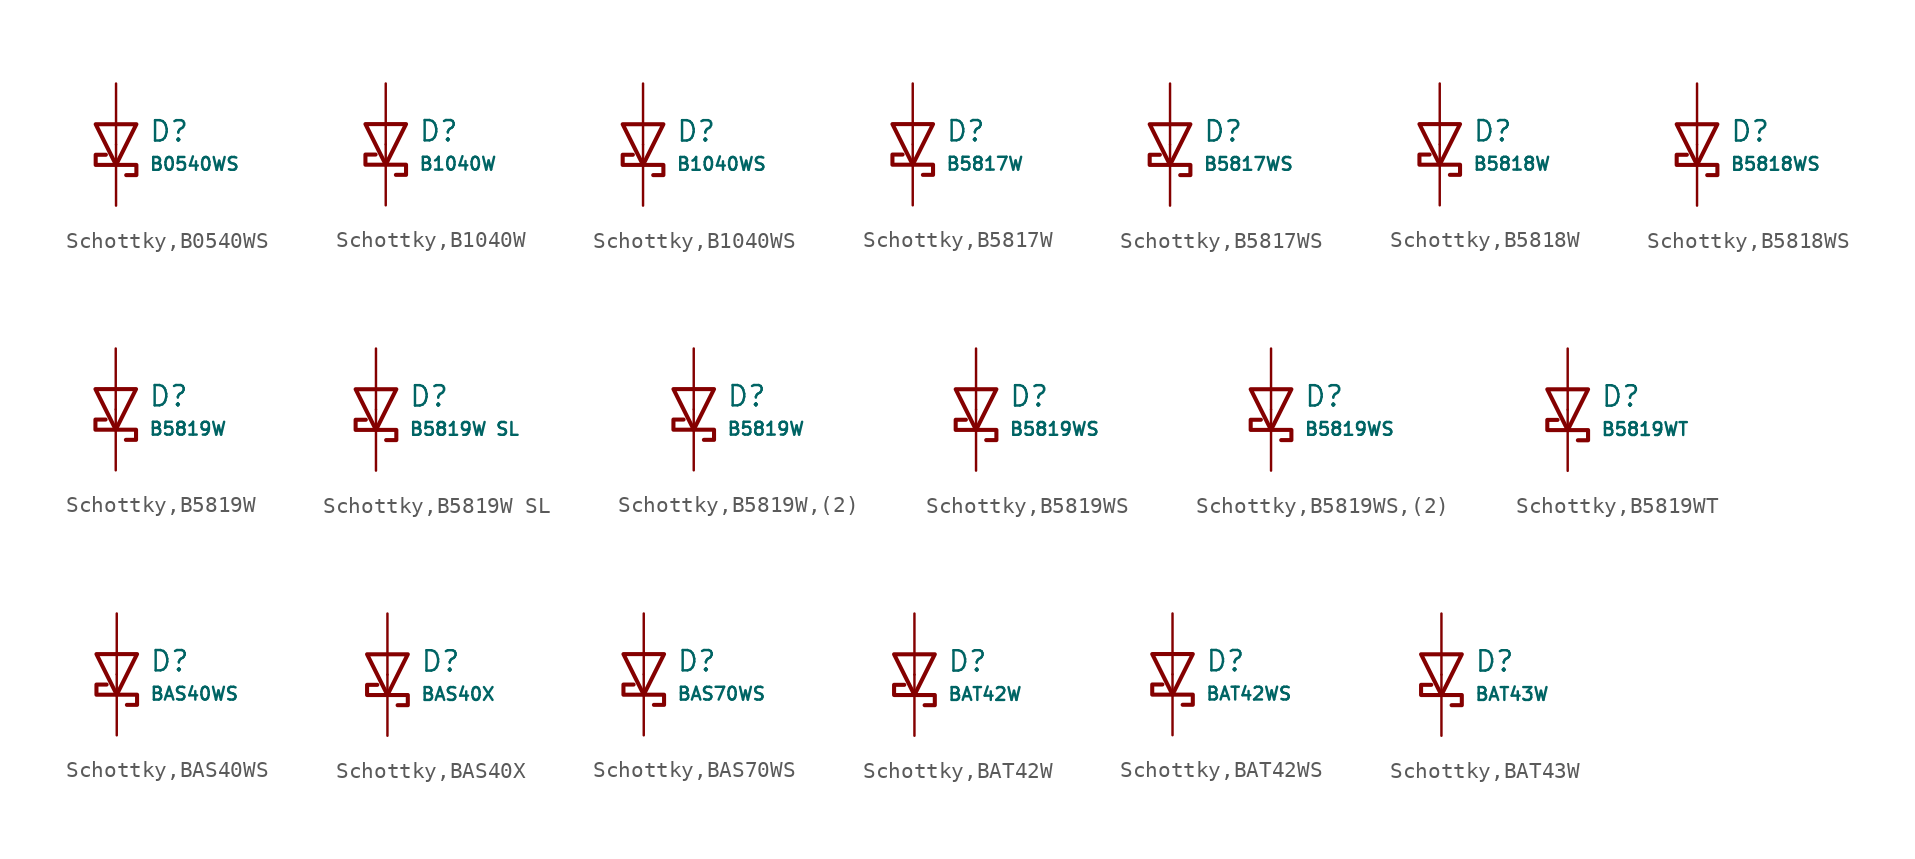
<source format=kicad_sym>
(kicad_symbol_lib
  (version 20231120)
  (generator "CDFER")
  (generator_version "8.0")
  (symbol "Schottky,B0540WS"
    (pin_numbers hide)
    (pin_names
      (offset 0))
    (property "Reference" "D"
      (at 2.032 0.834 0)
      (effects (font (size 1.27 1.27)) (justify left)))
    (property "Value" "B0540WS"
      (at 2.032 -1.212 0)
      (effects (font (size 0.8 0.8)) (justify left)))
    (symbol "Schottky,B0540WS_0_1"
      (polyline (pts (xy -1.27 1.27) (xy 0.00 -1.27) (xy 1.27 1.27) (xy -1.27 1.27)) (stroke (width 0.254) (type default)) (fill (type none))))
    (symbol "Schottky,B0540WS_0_1"
      (polyline (pts (xy 0.635 -1.905) (xy 1.27 -1.905) (xy 1.27 -1.27) (xy -1.27 -1.27) (xy -1.27 -0.635) (xy -0.635 -0.635)) (stroke (width 0.254) (type default)) (fill (type none))))
    (symbol "Schottky,B0540WS_1_1"
      (pin passive line (at 0 3.81 270) (length 3.81) (name "~" (effects (font (size 1.27 1.27)))) (number "2" (effects (font (size 1.27 1.27)))))
      (pin passive line (at 0 -3.81 90) (length 3.81) (name "~" (effects (font (size 1.27 1.27)))) (number "1" (effects (font (size 1.27 1.27)))))))
  (symbol "Schottky,B1040W"
    (pin_numbers hide)
    (pin_names
      (offset 0))
    (property "Reference" "D"
      (at 2.032 0.834 0)
      (effects (font (size 1.27 1.27)) (justify left)))
    (property "Value" "B1040W"
      (at 2.032 -1.212 0)
      (effects (font (size 0.8 0.8)) (justify left)))
    (symbol "Schottky,B1040W_0_1"
      (polyline (pts (xy -1.27 1.27) (xy 0.00 -1.27) (xy 1.27 1.27) (xy -1.27 1.27)) (stroke (width 0.254) (type default)) (fill (type none))))
    (symbol "Schottky,B1040W_0_1"
      (polyline (pts (xy 0.635 -1.905) (xy 1.27 -1.905) (xy 1.27 -1.27) (xy -1.27 -1.27) (xy -1.27 -0.635) (xy -0.635 -0.635)) (stroke (width 0.254) (type default)) (fill (type none))))
    (symbol "Schottky,B1040W_1_1"
      (pin passive line (at 0 3.81 270) (length 3.81) (name "~" (effects (font (size 1.27 1.27)))) (number "2" (effects (font (size 1.27 1.27)))))
      (pin passive line (at 0 -3.81 90) (length 3.81) (name "~" (effects (font (size 1.27 1.27)))) (number "1" (effects (font (size 1.27 1.27)))))))
  (symbol "Schottky,B1040WS"
    (pin_numbers hide)
    (pin_names
      (offset 0))
    (property "Reference" "D"
      (at 2.032 0.834 0)
      (effects (font (size 1.27 1.27)) (justify left)))
    (property "Value" "B1040WS"
      (at 2.032 -1.212 0)
      (effects (font (size 0.8 0.8)) (justify left)))
    (symbol "Schottky,B1040WS_0_1"
      (polyline (pts (xy -1.27 1.27) (xy 0.00 -1.27) (xy 1.27 1.27) (xy -1.27 1.27)) (stroke (width 0.254) (type default)) (fill (type none))))
    (symbol "Schottky,B1040WS_0_1"
      (polyline (pts (xy 0.635 -1.905) (xy 1.27 -1.905) (xy 1.27 -1.27) (xy -1.27 -1.27) (xy -1.27 -0.635) (xy -0.635 -0.635)) (stroke (width 0.254) (type default)) (fill (type none))))
    (symbol "Schottky,B1040WS_1_1"
      (pin passive line (at 0 3.81 270) (length 3.81) (name "~" (effects (font (size 1.27 1.27)))) (number "2" (effects (font (size 1.27 1.27)))))
      (pin passive line (at 0 -3.81 90) (length 3.81) (name "~" (effects (font (size 1.27 1.27)))) (number "1" (effects (font (size 1.27 1.27)))))))
  (symbol "Schottky,B5817W"
    (pin_numbers hide)
    (pin_names
      (offset 0))
    (property "Reference" "D"
      (at 2.032 0.834 0)
      (effects (font (size 1.27 1.27)) (justify left)))
    (property "Value" "B5817W"
      (at 2.032 -1.212 0)
      (effects (font (size 0.8 0.8)) (justify left)))
    (symbol "Schottky,B5817W_0_1"
      (polyline (pts (xy -1.27 1.27) (xy 0.00 -1.27) (xy 1.27 1.27) (xy -1.27 1.27)) (stroke (width 0.254) (type default)) (fill (type none))))
    (symbol "Schottky,B5817W_0_1"
      (polyline (pts (xy 0.635 -1.905) (xy 1.27 -1.905) (xy 1.27 -1.27) (xy -1.27 -1.27) (xy -1.27 -0.635) (xy -0.635 -0.635)) (stroke (width 0.254) (type default)) (fill (type none))))
    (symbol "Schottky,B5817W_1_1"
      (pin passive line (at 0 3.81 270) (length 3.81) (name "~" (effects (font (size 1.27 1.27)))) (number "2" (effects (font (size 1.27 1.27)))))
      (pin passive line (at 0 -3.81 90) (length 3.81) (name "~" (effects (font (size 1.27 1.27)))) (number "1" (effects (font (size 1.27 1.27)))))))
  (symbol "Schottky,B5817WS"
    (pin_numbers hide)
    (pin_names
      (offset 0))
    (property "Reference" "D"
      (at 2.032 0.834 0)
      (effects (font (size 1.27 1.27)) (justify left)))
    (property "Value" "B5817WS"
      (at 2.032 -1.212 0)
      (effects (font (size 0.8 0.8)) (justify left)))
    (symbol "Schottky,B5817WS_0_1"
      (polyline (pts (xy -1.27 1.27) (xy 0.00 -1.27) (xy 1.27 1.27) (xy -1.27 1.27)) (stroke (width 0.254) (type default)) (fill (type none))))
    (symbol "Schottky,B5817WS_0_1"
      (polyline (pts (xy 0.635 -1.905) (xy 1.27 -1.905) (xy 1.27 -1.27) (xy -1.27 -1.27) (xy -1.27 -0.635) (xy -0.635 -0.635)) (stroke (width 0.254) (type default)) (fill (type none))))
    (symbol "Schottky,B5817WS_1_1"
      (pin passive line (at 0 3.81 270) (length 3.81) (name "~" (effects (font (size 1.27 1.27)))) (number "2" (effects (font (size 1.27 1.27)))))
      (pin passive line (at 0 -3.81 90) (length 3.81) (name "~" (effects (font (size 1.27 1.27)))) (number "1" (effects (font (size 1.27 1.27)))))))
  (symbol "Schottky,B5818W"
    (pin_numbers hide)
    (pin_names
      (offset 0))
    (property "Reference" "D"
      (at 2.032 0.834 0)
      (effects (font (size 1.27 1.27)) (justify left)))
    (property "Value" "B5818W"
      (at 2.032 -1.212 0)
      (effects (font (size 0.8 0.8)) (justify left)))
    (symbol "Schottky,B5818W_0_1"
      (polyline (pts (xy -1.27 1.27) (xy 0.00 -1.27) (xy 1.27 1.27) (xy -1.27 1.27)) (stroke (width 0.254) (type default)) (fill (type none))))
    (symbol "Schottky,B5818W_0_1"
      (polyline (pts (xy 0.635 -1.905) (xy 1.27 -1.905) (xy 1.27 -1.27) (xy -1.27 -1.27) (xy -1.27 -0.635) (xy -0.635 -0.635)) (stroke (width 0.254) (type default)) (fill (type none))))
    (symbol "Schottky,B5818W_1_1"
      (pin passive line (at 0 3.81 270) (length 3.81) (name "~" (effects (font (size 1.27 1.27)))) (number "2" (effects (font (size 1.27 1.27)))))
      (pin passive line (at 0 -3.81 90) (length 3.81) (name "~" (effects (font (size 1.27 1.27)))) (number "1" (effects (font (size 1.27 1.27)))))))
  (symbol "Schottky,B5818WS"
    (pin_numbers hide)
    (pin_names
      (offset 0))
    (property "Reference" "D"
      (at 2.032 0.834 0)
      (effects (font (size 1.27 1.27)) (justify left)))
    (property "Value" "B5818WS"
      (at 2.032 -1.212 0)
      (effects (font (size 0.8 0.8)) (justify left)))
    (symbol "Schottky,B5818WS_0_1"
      (polyline (pts (xy -1.27 1.27) (xy 0.00 -1.27) (xy 1.27 1.27) (xy -1.27 1.27)) (stroke (width 0.254) (type default)) (fill (type none))))
    (symbol "Schottky,B5818WS_0_1"
      (polyline (pts (xy 0.635 -1.905) (xy 1.27 -1.905) (xy 1.27 -1.27) (xy -1.27 -1.27) (xy -1.27 -0.635) (xy -0.635 -0.635)) (stroke (width 0.254) (type default)) (fill (type none))))
    (symbol "Schottky,B5818WS_1_1"
      (pin passive line (at 0 3.81 270) (length 3.81) (name "~" (effects (font (size 1.27 1.27)))) (number "2" (effects (font (size 1.27 1.27)))))
      (pin passive line (at 0 -3.81 90) (length 3.81) (name "~" (effects (font (size 1.27 1.27)))) (number "1" (effects (font (size 1.27 1.27)))))))
  (symbol "Schottky,B5819W"
    (pin_numbers hide)
    (pin_names
      (offset 0))
    (property "Reference" "D"
      (at 2.032 0.834 0)
      (effects (font (size 1.27 1.27)) (justify left)))
    (property "Value" "B5819W"
      (at 2.032 -1.212 0)
      (effects (font (size 0.8 0.8)) (justify left)))
    (symbol "Schottky,B5819W_0_1"
      (polyline (pts (xy -1.27 1.27) (xy 0.00 -1.27) (xy 1.27 1.27) (xy -1.27 1.27)) (stroke (width 0.254) (type default)) (fill (type none))))
    (symbol "Schottky,B5819W_0_1"
      (polyline (pts (xy 0.635 -1.905) (xy 1.27 -1.905) (xy 1.27 -1.27) (xy -1.27 -1.27) (xy -1.27 -0.635) (xy -0.635 -0.635)) (stroke (width 0.254) (type default)) (fill (type none))))
    (symbol "Schottky,B5819W_1_1"
      (pin passive line (at 0 3.81 270) (length 3.81) (name "~" (effects (font (size 1.27 1.27)))) (number "2" (effects (font (size 1.27 1.27)))))
      (pin passive line (at 0 -3.81 90) (length 3.81) (name "~" (effects (font (size 1.27 1.27)))) (number "1" (effects (font (size 1.27 1.27)))))))
  (symbol "Schottky,B5819W SL"
    (pin_numbers hide)
    (pin_names
      (offset 0))
    (property "Reference" "D"
      (at 2.032 0.834 0)
      (effects (font (size 1.27 1.27)) (justify left)))
    (property "Value" "B5819W SL"
      (at 2.032 -1.212 0)
      (effects (font (size 0.8 0.8)) (justify left)))
    (symbol "Schottky,B5819W SL_0_1"
      (polyline (pts (xy -1.27 1.27) (xy 0.00 -1.27) (xy 1.27 1.27) (xy -1.27 1.27)) (stroke (width 0.254) (type default)) (fill (type none))))
    (symbol "Schottky,B5819W SL_0_1"
      (polyline (pts (xy 0.635 -1.905) (xy 1.27 -1.905) (xy 1.27 -1.27) (xy -1.27 -1.27) (xy -1.27 -0.635) (xy -0.635 -0.635)) (stroke (width 0.254) (type default)) (fill (type none))))
    (symbol "Schottky,B5819W SL_1_1"
      (pin passive line (at 0 3.81 270) (length 3.81) (name "~" (effects (font (size 1.27 1.27)))) (number "2" (effects (font (size 1.27 1.27)))))
      (pin passive line (at 0 -3.81 90) (length 3.81) (name "~" (effects (font (size 1.27 1.27)))) (number "1" (effects (font (size 1.27 1.27)))))))
  (symbol "Schottky,B5819W,(2)"
    (pin_numbers hide)
    (pin_names
      (offset 0))
    (property "Reference" "D"
      (at 2.032 0.834 0)
      (effects (font (size 1.27 1.27)) (justify left)))
    (property "Value" "B5819W"
      (at 2.032 -1.212 0)
      (effects (font (size 0.8 0.8)) (justify left)))
    (symbol "Schottky,B5819W,(2)_0_1"
      (polyline (pts (xy -1.27 1.27) (xy 0.00 -1.27) (xy 1.27 1.27) (xy -1.27 1.27)) (stroke (width 0.254) (type default)) (fill (type none))))
    (symbol "Schottky,B5819W,(2)_0_1"
      (polyline (pts (xy 0.635 -1.905) (xy 1.27 -1.905) (xy 1.27 -1.27) (xy -1.27 -1.27) (xy -1.27 -0.635) (xy -0.635 -0.635)) (stroke (width 0.254) (type default)) (fill (type none))))
    (symbol "Schottky,B5819W,(2)_1_1"
      (pin passive line (at 0 3.81 270) (length 3.81) (name "~" (effects (font (size 1.27 1.27)))) (number "2" (effects (font (size 1.27 1.27)))))
      (pin passive line (at 0 -3.81 90) (length 3.81) (name "~" (effects (font (size 1.27 1.27)))) (number "1" (effects (font (size 1.27 1.27)))))))
  (symbol "Schottky,B5819WS"
    (pin_numbers hide)
    (pin_names
      (offset 0))
    (property "Reference" "D"
      (at 2.032 0.834 0)
      (effects (font (size 1.27 1.27)) (justify left)))
    (property "Value" "B5819WS"
      (at 2.032 -1.212 0)
      (effects (font (size 0.8 0.8)) (justify left)))
    (symbol "Schottky,B5819WS_0_1"
      (polyline (pts (xy -1.27 1.27) (xy 0.00 -1.27) (xy 1.27 1.27) (xy -1.27 1.27)) (stroke (width 0.254) (type default)) (fill (type none))))
    (symbol "Schottky,B5819WS_0_1"
      (polyline (pts (xy 0.635 -1.905) (xy 1.27 -1.905) (xy 1.27 -1.27) (xy -1.27 -1.27) (xy -1.27 -0.635) (xy -0.635 -0.635)) (stroke (width 0.254) (type default)) (fill (type none))))
    (symbol "Schottky,B5819WS_1_1"
      (pin passive line (at 0 3.81 270) (length 3.81) (name "~" (effects (font (size 1.27 1.27)))) (number "2" (effects (font (size 1.27 1.27)))))
      (pin passive line (at 0 -3.81 90) (length 3.81) (name "~" (effects (font (size 1.27 1.27)))) (number "1" (effects (font (size 1.27 1.27)))))))
  (symbol "Schottky,B5819WS,(2)"
    (pin_numbers hide)
    (pin_names
      (offset 0))
    (property "Reference" "D"
      (at 2.032 0.834 0)
      (effects (font (size 1.27 1.27)) (justify left)))
    (property "Value" "B5819WS"
      (at 2.032 -1.212 0)
      (effects (font (size 0.8 0.8)) (justify left)))
    (symbol "Schottky,B5819WS,(2)_0_1"
      (polyline (pts (xy -1.27 1.27) (xy 0.00 -1.27) (xy 1.27 1.27) (xy -1.27 1.27)) (stroke (width 0.254) (type default)) (fill (type none))))
    (symbol "Schottky,B5819WS,(2)_0_1"
      (polyline (pts (xy 0.635 -1.905) (xy 1.27 -1.905) (xy 1.27 -1.27) (xy -1.27 -1.27) (xy -1.27 -0.635) (xy -0.635 -0.635)) (stroke (width 0.254) (type default)) (fill (type none))))
    (symbol "Schottky,B5819WS,(2)_1_1"
      (pin passive line (at 0 3.81 270) (length 3.81) (name "~" (effects (font (size 1.27 1.27)))) (number "2" (effects (font (size 1.27 1.27)))))
      (pin passive line (at 0 -3.81 90) (length 3.81) (name "~" (effects (font (size 1.27 1.27)))) (number "1" (effects (font (size 1.27 1.27)))))))
  (symbol "Schottky,B5819WT"
    (pin_numbers hide)
    (pin_names
      (offset 0))
    (property "Reference" "D"
      (at 2.032 0.834 0)
      (effects (font (size 1.27 1.27)) (justify left)))
    (property "Value" "B5819WT"
      (at 2.032 -1.212 0)
      (effects (font (size 0.8 0.8)) (justify left)))
    (symbol "Schottky,B5819WT_0_1"
      (polyline (pts (xy -1.27 1.27) (xy 0.00 -1.27) (xy 1.27 1.27) (xy -1.27 1.27)) (stroke (width 0.254) (type default)) (fill (type none))))
    (symbol "Schottky,B5819WT_0_1"
      (polyline (pts (xy 0.635 -1.905) (xy 1.27 -1.905) (xy 1.27 -1.27) (xy -1.27 -1.27) (xy -1.27 -0.635) (xy -0.635 -0.635)) (stroke (width 0.254) (type default)) (fill (type none))))
    (symbol "Schottky,B5819WT_1_1"
      (pin passive line (at 0 3.81 270) (length 3.81) (name "~" (effects (font (size 1.27 1.27)))) (number "2" (effects (font (size 1.27 1.27)))))
      (pin passive line (at 0 -3.81 90) (length 3.81) (name "~" (effects (font (size 1.27 1.27)))) (number "1" (effects (font (size 1.27 1.27)))))))
  (symbol "Schottky,BAS40WS"
    (pin_numbers hide)
    (pin_names
      (offset 0))
    (property "Reference" "D"
      (at 2.032 0.834 0)
      (effects (font (size 1.27 1.27)) (justify left)))
    (property "Value" "BAS40WS"
      (at 2.032 -1.212 0)
      (effects (font (size 0.8 0.8)) (justify left)))
    (symbol "Schottky,BAS40WS_0_1"
      (polyline (pts (xy -1.27 1.27) (xy 0.00 -1.27) (xy 1.27 1.27) (xy -1.27 1.27)) (stroke (width 0.254) (type default)) (fill (type none))))
    (symbol "Schottky,BAS40WS_0_1"
      (polyline (pts (xy 0.635 -1.905) (xy 1.27 -1.905) (xy 1.27 -1.27) (xy -1.27 -1.27) (xy -1.27 -0.635) (xy -0.635 -0.635)) (stroke (width 0.254) (type default)) (fill (type none))))
    (symbol "Schottky,BAS40WS_1_1"
      (pin passive line (at 0 3.81 270) (length 3.81) (name "~" (effects (font (size 1.27 1.27)))) (number "2" (effects (font (size 1.27 1.27)))))
      (pin passive line (at 0 -3.81 90) (length 3.81) (name "~" (effects (font (size 1.27 1.27)))) (number "1" (effects (font (size 1.27 1.27)))))))
  (symbol "Schottky,BAS40X"
    (pin_numbers hide)
    (pin_names
      (offset 0))
    (property "Reference" "D"
      (at 2.032 0.834 0)
      (effects (font (size 1.27 1.27)) (justify left)))
    (property "Value" "BAS40X"
      (at 2.032 -1.212 0)
      (effects (font (size 0.8 0.8)) (justify left)))
    (symbol "Schottky,BAS40X_0_1"
      (polyline (pts (xy -1.27 1.27) (xy 0.00 -1.27) (xy 1.27 1.27) (xy -1.27 1.27)) (stroke (width 0.254) (type default)) (fill (type none))))
    (symbol "Schottky,BAS40X_0_1"
      (polyline (pts (xy 0.635 -1.905) (xy 1.27 -1.905) (xy 1.27 -1.27) (xy -1.27 -1.27) (xy -1.27 -0.635) (xy -0.635 -0.635)) (stroke (width 0.254) (type default)) (fill (type none))))
    (symbol "Schottky,BAS40X_1_1"
      (pin passive line (at 0 3.81 270) (length 3.81) (name "~" (effects (font (size 1.27 1.27)))) (number "2" (effects (font (size 1.27 1.27)))))
      (pin passive line (at 0 -3.81 90) (length 3.81) (name "~" (effects (font (size 1.27 1.27)))) (number "1" (effects (font (size 1.27 1.27)))))))
  (symbol "Schottky,BAS70WS"
    (pin_numbers hide)
    (pin_names
      (offset 0))
    (property "Reference" "D"
      (at 2.032 0.834 0)
      (effects (font (size 1.27 1.27)) (justify left)))
    (property "Value" "BAS70WS"
      (at 2.032 -1.212 0)
      (effects (font (size 0.8 0.8)) (justify left)))
    (symbol "Schottky,BAS70WS_0_1"
      (polyline (pts (xy -1.27 1.27) (xy 0.00 -1.27) (xy 1.27 1.27) (xy -1.27 1.27)) (stroke (width 0.254) (type default)) (fill (type none))))
    (symbol "Schottky,BAS70WS_0_1"
      (polyline (pts (xy 0.635 -1.905) (xy 1.27 -1.905) (xy 1.27 -1.27) (xy -1.27 -1.27) (xy -1.27 -0.635) (xy -0.635 -0.635)) (stroke (width 0.254) (type default)) (fill (type none))))
    (symbol "Schottky,BAS70WS_1_1"
      (pin passive line (at 0 3.81 270) (length 3.81) (name "~" (effects (font (size 1.27 1.27)))) (number "2" (effects (font (size 1.27 1.27)))))
      (pin passive line (at 0 -3.81 90) (length 3.81) (name "~" (effects (font (size 1.27 1.27)))) (number "1" (effects (font (size 1.27 1.27)))))))
  (symbol "Schottky,BAT42W"
    (pin_numbers hide)
    (pin_names
      (offset 0))
    (property "Reference" "D"
      (at 2.032 0.834 0)
      (effects (font (size 1.27 1.27)) (justify left)))
    (property "Value" "BAT42W"
      (at 2.032 -1.212 0)
      (effects (font (size 0.8 0.8)) (justify left)))
    (symbol "Schottky,BAT42W_0_1"
      (polyline (pts (xy -1.27 1.27) (xy 0.00 -1.27) (xy 1.27 1.27) (xy -1.27 1.27)) (stroke (width 0.254) (type default)) (fill (type none))))
    (symbol "Schottky,BAT42W_0_1"
      (polyline (pts (xy 0.635 -1.905) (xy 1.27 -1.905) (xy 1.27 -1.27) (xy -1.27 -1.27) (xy -1.27 -0.635) (xy -0.635 -0.635)) (stroke (width 0.254) (type default)) (fill (type none))))
    (symbol "Schottky,BAT42W_1_1"
      (pin passive line (at 0 3.81 270) (length 3.81) (name "~" (effects (font (size 1.27 1.27)))) (number "2" (effects (font (size 1.27 1.27)))))
      (pin passive line (at 0 -3.81 90) (length 3.81) (name "~" (effects (font (size 1.27 1.27)))) (number "1" (effects (font (size 1.27 1.27)))))))
  (symbol "Schottky,BAT42WS"
    (pin_numbers hide)
    (pin_names
      (offset 0))
    (property "Reference" "D"
      (at 2.032 0.834 0)
      (effects (font (size 1.27 1.27)) (justify left)))
    (property "Value" "BAT42WS"
      (at 2.032 -1.212 0)
      (effects (font (size 0.8 0.8)) (justify left)))
    (symbol "Schottky,BAT42WS_0_1"
      (polyline (pts (xy -1.27 1.27) (xy 0.00 -1.27) (xy 1.27 1.27) (xy -1.27 1.27)) (stroke (width 0.254) (type default)) (fill (type none))))
    (symbol "Schottky,BAT42WS_0_1"
      (polyline (pts (xy 0.635 -1.905) (xy 1.27 -1.905) (xy 1.27 -1.27) (xy -1.27 -1.27) (xy -1.27 -0.635) (xy -0.635 -0.635)) (stroke (width 0.254) (type default)) (fill (type none))))
    (symbol "Schottky,BAT42WS_1_1"
      (pin passive line (at 0 3.81 270) (length 3.81) (name "~" (effects (font (size 1.27 1.27)))) (number "2" (effects (font (size 1.27 1.27)))))
      (pin passive line (at 0 -3.81 90) (length 3.81) (name "~" (effects (font (size 1.27 1.27)))) (number "1" (effects (font (size 1.27 1.27)))))))
  (symbol "Schottky,BAT43W"
    (pin_numbers hide)
    (pin_names
      (offset 0))
    (property "Reference" "D"
      (at 2.032 0.834 0)
      (effects (font (size 1.27 1.27)) (justify left)))
    (property "Value" "BAT43W"
      (at 2.032 -1.212 0)
      (effects (font (size 0.8 0.8)) (justify left)))
    (symbol "Schottky,BAT43W_0_1"
      (polyline (pts (xy -1.27 1.27) (xy 0.00 -1.27) (xy 1.27 1.27) (xy -1.27 1.27)) (stroke (width 0.254) (type default)) (fill (type none))))
    (symbol "Schottky,BAT43W_0_1"
      (polyline (pts (xy 0.635 -1.905) (xy 1.27 -1.905) (xy 1.27 -1.27) (xy -1.27 -1.27) (xy -1.27 -0.635) (xy -0.635 -0.635)) (stroke (width 0.254) (type default)) (fill (type none))))
    (symbol "Schottky,BAT43W_1_1"
      (pin passive line (at 0 3.81 270) (length 3.81) (name "~" (effects (font (size 1.27 1.27)))) (number "2" (effects (font (size 1.27 1.27)))))
      (pin passive line (at 0 -3.81 90) (length 3.81) (name "~" (effects (font (size 1.27 1.27)))) (number "1" (effects (font (size 1.27 1.27))))))))
</source>
